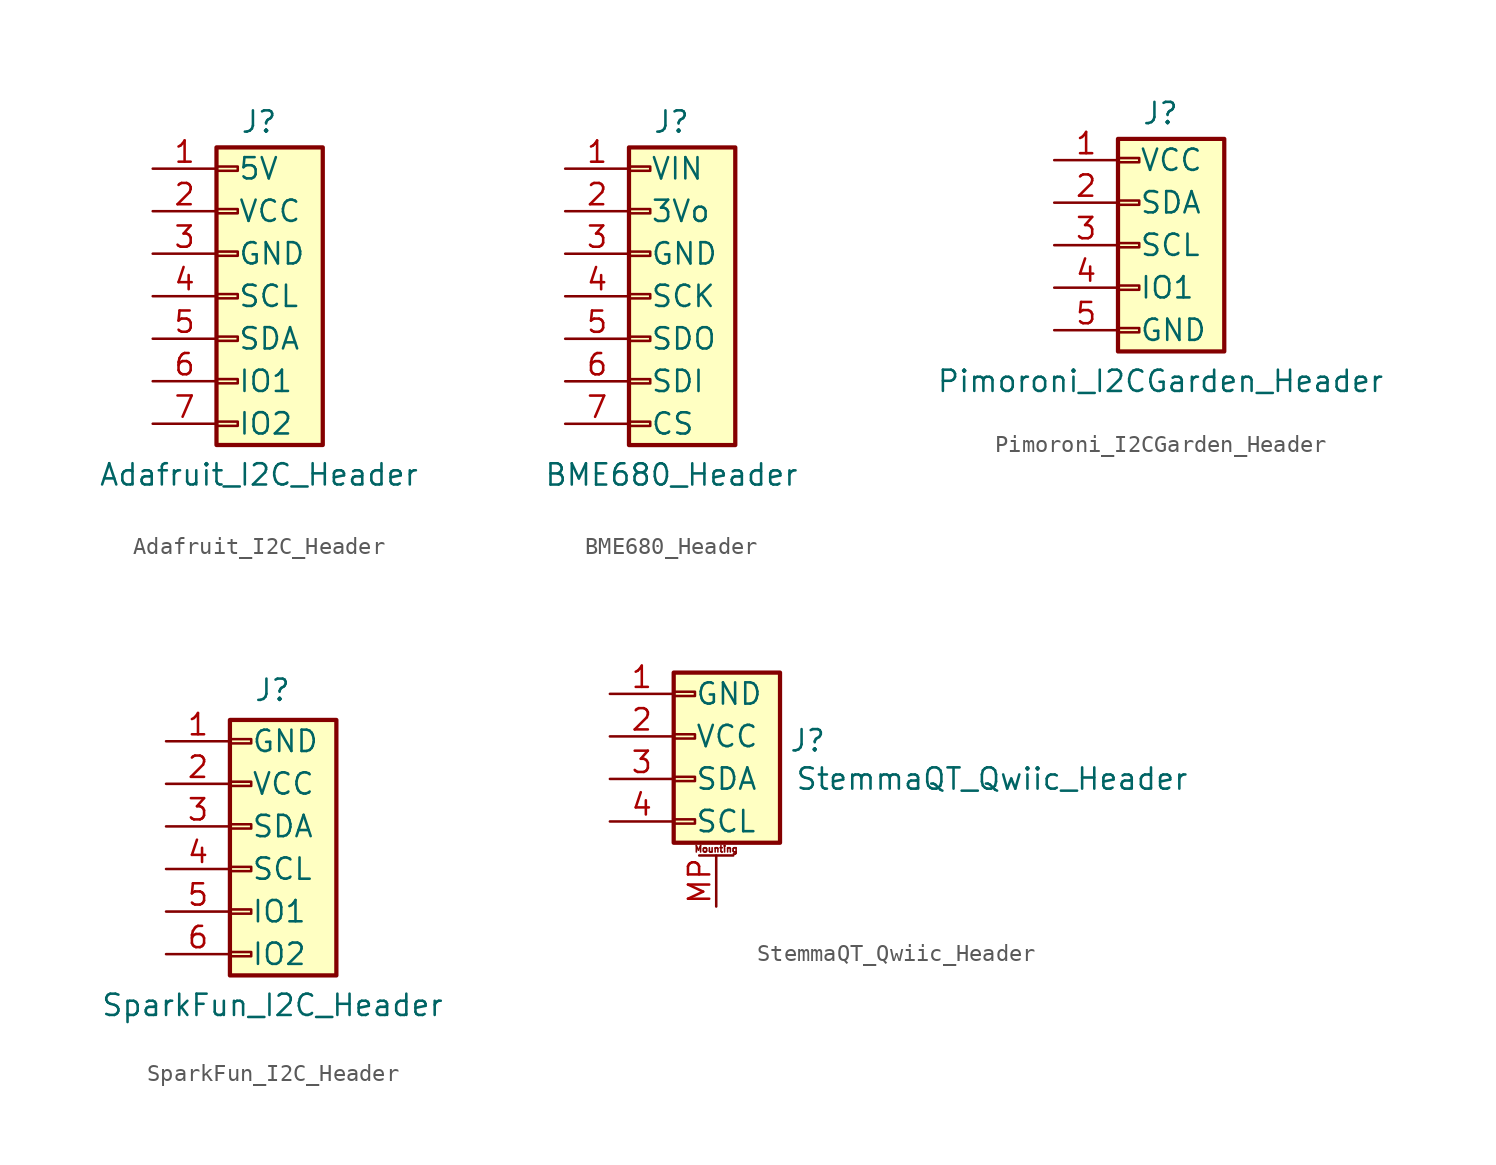
<source format=kicad_sym>
(kicad_symbol_lib
  (version 20241209)
  (generator "kicad_symbol_editor")
  (generator_version "9.0")
  (symbol "Adafruit_I2C_Header"
    (pin_names
      (offset 1.27))
    (property "Reference" "J"
      (at 0 10.414 0)
      (effects (font (size 1.27 1.27))))
    (property "Value" "Adafruit_I2C_Header"
      (at 0 -10.668 0)
      (effects (font (size 1.27 1.27))))
    (symbol "Adafruit_I2C_Header_1_1"
      (rectangle (start -2.54 8.89) (end 3.81 -8.89) (stroke (width 0.254) (type default)) (fill (type background)))
      (rectangle (start -2.54 7.747) (end -1.27 7.493) (stroke (width 0.152) (type default)) (fill (type none)))
      (rectangle (start -2.54 5.207) (end -1.27 4.953) (stroke (width 0.152) (type default)) (fill (type none)))
      (rectangle (start -2.54 2.667) (end -1.27 2.413) (stroke (width 0.152) (type default)) (fill (type none)))
      (rectangle (start -2.54 0.127) (end -1.27 -0.127) (stroke (width 0.152) (type default)) (fill (type none)))
      (rectangle (start -2.54 -2.413) (end -1.27 -2.667) (stroke (width 0.152) (type default)) (fill (type none)))
      (rectangle (start -2.54 -4.953) (end -1.27 -5.207) (stroke (width 0.152) (type default)) (fill (type none)))
      (rectangle (start -2.54 -7.493) (end -1.27 -7.747) (stroke (width 0.152) (type default)) (fill (type none)))
      (pin passive line (at -6.35 7.62 0) (length 3.81) (name "5V" (effects (font (size 1.27 1.27)))) (number "1" (effects (font (size 1.27 1.27)))))
      (pin passive line (at -6.35 5.08 0) (length 3.81) (name "VCC" (effects (font (size 1.27 1.27)))) (number "2" (effects (font (size 1.27 1.27)))))
      (pin passive line (at -6.35 2.54 0) (length 3.81) (name "GND" (effects (font (size 1.27 1.27)))) (number "3" (effects (font (size 1.27 1.27)))))
      (pin passive line (at -6.35 0 0) (length 3.81) (name "SCL" (effects (font (size 1.27 1.27)))) (number "4" (effects (font (size 1.27 1.27)))))
      (pin passive line (at -6.35 -2.54 0) (length 3.81) (name "SDA" (effects (font (size 1.27 1.27)))) (number "5" (effects (font (size 1.27 1.27)))))
      (pin passive line (at -6.35 -5.08 0) (length 3.81) (name "IO1" (effects (font (size 1.27 1.27)))) (number "6" (effects (font (size 1.27 1.27)))))
      (pin passive line (at -6.35 -7.62 0) (length 3.81) (name "IO2" (effects (font (size 1.27 1.27)))) (number "7" (effects (font (size 1.27 1.27)))))))
  (symbol "BME680_Header"
    (pin_names
      (offset 1.27))
    (property "Reference" "J"
      (at 0 10.414 0)
      (effects (font (size 1.27 1.27))))
    (property "Value" "BME680_Header"
      (at 0 -10.668 0)
      (effects (font (size 1.27 1.27))))
    (symbol "BME680_Header_1_1"
      (rectangle (start -2.54 8.89) (end 3.81 -8.89) (stroke (width 0.254) (type default)) (fill (type background)))
      (rectangle (start -2.54 7.747) (end -1.27 7.493) (stroke (width 0.152) (type default)) (fill (type none)))
      (rectangle (start -2.54 5.207) (end -1.27 4.953) (stroke (width 0.152) (type default)) (fill (type none)))
      (rectangle (start -2.54 2.667) (end -1.27 2.413) (stroke (width 0.152) (type default)) (fill (type none)))
      (rectangle (start -2.54 0.127) (end -1.27 -0.127) (stroke (width 0.152) (type default)) (fill (type none)))
      (rectangle (start -2.54 -2.413) (end -1.27 -2.667) (stroke (width 0.152) (type default)) (fill (type none)))
      (rectangle (start -2.54 -4.953) (end -1.27 -5.207) (stroke (width 0.152) (type default)) (fill (type none)))
      (rectangle (start -2.54 -7.493) (end -1.27 -7.747) (stroke (width 0.152) (type default)) (fill (type none)))
      (pin passive line (at -6.35 7.62 0) (length 3.81) (name "VIN" (effects (font (size 1.27 1.27)))) (number "1" (effects (font (size 1.27 1.27)))))
      (pin passive line (at -6.35 5.08 0) (length 3.81) (name "3Vo" (effects (font (size 1.27 1.27)))) (number "2" (effects (font (size 1.27 1.27)))))
      (pin passive line (at -6.35 2.54 0) (length 3.81) (name "GND" (effects (font (size 1.27 1.27)))) (number "3" (effects (font (size 1.27 1.27)))))
      (pin passive line (at -6.35 0 0) (length 3.81) (name "SCK" (effects (font (size 1.27 1.27)))) (number "4" (effects (font (size 1.27 1.27)))))
      (pin passive line (at -6.35 -2.54 0) (length 3.81) (name "SDO" (effects (font (size 1.27 1.27)))) (number "5" (effects (font (size 1.27 1.27)))))
      (pin passive line (at -6.35 -5.08 0) (length 3.81) (name "SDI" (effects (font (size 1.27 1.27)))) (number "6" (effects (font (size 1.27 1.27)))))
      (pin passive line (at -6.35 -7.62 0) (length 3.81) (name "CS" (effects (font (size 1.27 1.27)))) (number "7" (effects (font (size 1.27 1.27)))))))
  (symbol "Pimoroni_I2CGarden_Header"
    (pin_names
      (offset 1.27))
    (property "Reference" "J"
      (at 0 7.874 0)
      (effects (font (size 1.27 1.27))))
    (property "Value" "Pimoroni_I2CGarden_Header"
      (at 0 -8.128 0)
      (effects (font (size 1.27 1.27))))
    (symbol "Pimoroni_I2CGarden_Header_1_1"
      (rectangle (start -2.54 6.35) (end 3.81 -6.35) (stroke (width 0.254) (type default)) (fill (type background)))
      (rectangle (start -2.54 5.207) (end -1.27 4.953) (stroke (width 0.152) (type default)) (fill (type none)))
      (rectangle (start -2.54 2.667) (end -1.27 2.413) (stroke (width 0.152) (type default)) (fill (type none)))
      (rectangle (start -2.54 0.127) (end -1.27 -0.127) (stroke (width 0.152) (type default)) (fill (type none)))
      (rectangle (start -2.54 -2.413) (end -1.27 -2.667) (stroke (width 0.152) (type default)) (fill (type none)))
      (rectangle (start -2.54 -4.953) (end -1.27 -5.207) (stroke (width 0.152) (type default)) (fill (type none)))
      (pin passive line (at -6.35 5.08 0) (length 3.81) (name "VCC" (effects (font (size 1.27 1.27)))) (number "1" (effects (font (size 1.27 1.27)))))
      (pin passive line (at -6.35 2.54 0) (length 3.81) (name "SDA" (effects (font (size 1.27 1.27)))) (number "2" (effects (font (size 1.27 1.27)))))
      (pin passive line (at -6.35 0 0) (length 3.81) (name "SCL" (effects (font (size 1.27 1.27)))) (number "3" (effects (font (size 1.27 1.27)))))
      (pin passive line (at -6.35 -2.54 0) (length 3.81) (name "IO1" (effects (font (size 1.27 1.27)))) (number "4" (effects (font (size 1.27 1.27)))))
      (pin passive line (at -6.35 -5.08 0) (length 3.81) (name "GND" (effects (font (size 1.27 1.27)))) (number "5" (effects (font (size 1.27 1.27)))))))
  (symbol "SparkFun_I2C_Header"
    (pin_names
      (offset 1.27))
    (property "Reference" "J"
      (at 0 10.668 0)
      (effects (font (size 1.27 1.27))))
    (property "Value" "SparkFun_I2C_Header"
      (at 0 -8.128 0)
      (effects (font (size 1.27 1.27))))
    (symbol "SparkFun_I2C_Header_1_1"
      (rectangle (start -2.54 8.89) (end 3.81 -6.35) (stroke (width 0.254) (type default)) (fill (type background)))
      (rectangle (start -2.54 7.747) (end -1.27 7.493) (stroke (width 0.152) (type default)) (fill (type none)))
      (rectangle (start -2.54 5.207) (end -1.27 4.953) (stroke (width 0.152) (type default)) (fill (type none)))
      (rectangle (start -2.54 2.667) (end -1.27 2.413) (stroke (width 0.152) (type default)) (fill (type none)))
      (rectangle (start -2.54 0.127) (end -1.27 -0.127) (stroke (width 0.152) (type default)) (fill (type none)))
      (rectangle (start -2.54 -2.413) (end -1.27 -2.667) (stroke (width 0.152) (type default)) (fill (type none)))
      (rectangle (start -2.54 -4.953) (end -1.27 -5.207) (stroke (width 0.152) (type default)) (fill (type none)))
      (pin passive line (at -6.35 7.62 0) (length 3.81) (name "GND" (effects (font (size 1.27 1.27)))) (number "1" (effects (font (size 1.27 1.27)))))
      (pin passive line (at -6.35 5.08 0) (length 3.81) (name "VCC" (effects (font (size 1.27 1.27)))) (number "2" (effects (font (size 1.27 1.27)))))
      (pin passive line (at -6.35 2.54 0) (length 3.81) (name "SDA" (effects (font (size 1.27 1.27)))) (number "3" (effects (font (size 1.27 1.27)))))
      (pin passive line (at -6.35 0 0) (length 3.81) (name "SCL" (effects (font (size 1.27 1.27)))) (number "4" (effects (font (size 1.27 1.27)))))
      (pin passive line (at -6.35 -2.54 0) (length 3.81) (name "IO1" (effects (font (size 1.27 1.27)))) (number "5" (effects (font (size 1.27 1.27)))))
      (pin passive line (at -6.35 -5.08 0) (length 3.81) (name "IO2" (effects (font (size 1.27 1.27)))) (number "6" (effects (font (size 1.27 1.27)))))))
  (symbol "StemmaQT_Qwiic_Header"
    (pin_names
      (offset 1.27))
    (property "Reference" "J"
      (at 5.461 -0.254 0)
      (effects (font (size 1.27 1.27))))
    (property "Value" "StemmaQT_Qwiic_Header"
      (at 4.699 -2.54 0)
      (effects (font (size 1.27 1.27)) (justify left)))
    (symbol "StemmaQT_Qwiic_Header_1_1"
      (rectangle (start -2.54 3.81) (end 3.81 -6.35) (stroke (width 0.254) (type default)) (fill (type background)))
      (rectangle (start -2.54 2.667) (end -1.27 2.413) (stroke (width 0.152) (type default)) (fill (type none)))
      (rectangle (start -2.54 0.127) (end -1.27 -0.127) (stroke (width 0.152) (type default)) (fill (type none)))
      (rectangle (start -2.54 -2.413) (end -1.27 -2.667) (stroke (width 0.152) (type default)) (fill (type none)))
      (rectangle (start -2.54 -4.953) (end -1.27 -5.207) (stroke (width 0.152) (type default)) (fill (type none)))
      (polyline (pts (xy -1.016 -7.112) (xy 1.016 -7.112)) (stroke (width 0.152) (type default)) (fill (type none)))
      (text "Mounting" (at 0 -6.731 0) (effects (font (size 0.381 0.381))))
      (pin passive line (at -6.35 2.54 0) (length 3.81) (name "GND" (effects (font (size 1.27 1.27)))) (number "1" (effects (font (size 1.27 1.27)))))
      (pin passive line (at -6.35 0 0) (length 3.81) (name "VCC" (effects (font (size 1.27 1.27)))) (number "2" (effects (font (size 1.27 1.27)))))
      (pin passive line (at -6.35 -2.54 0) (length 3.81) (name "SDA" (effects (font (size 1.27 1.27)))) (number "3" (effects (font (size 1.27 1.27)))))
      (pin passive line (at -6.35 -5.08 0) (length 3.81) (name "SCL" (effects (font (size 1.27 1.27)))) (number "4" (effects (font (size 1.27 1.27)))))
      (pin passive line (at 0 -10.16 90) (length 3.048) (name "MountPin" (effects (font (size 0 0)))) (number "MP" (effects (font (size 1.27 1.27))))))))
</source>
